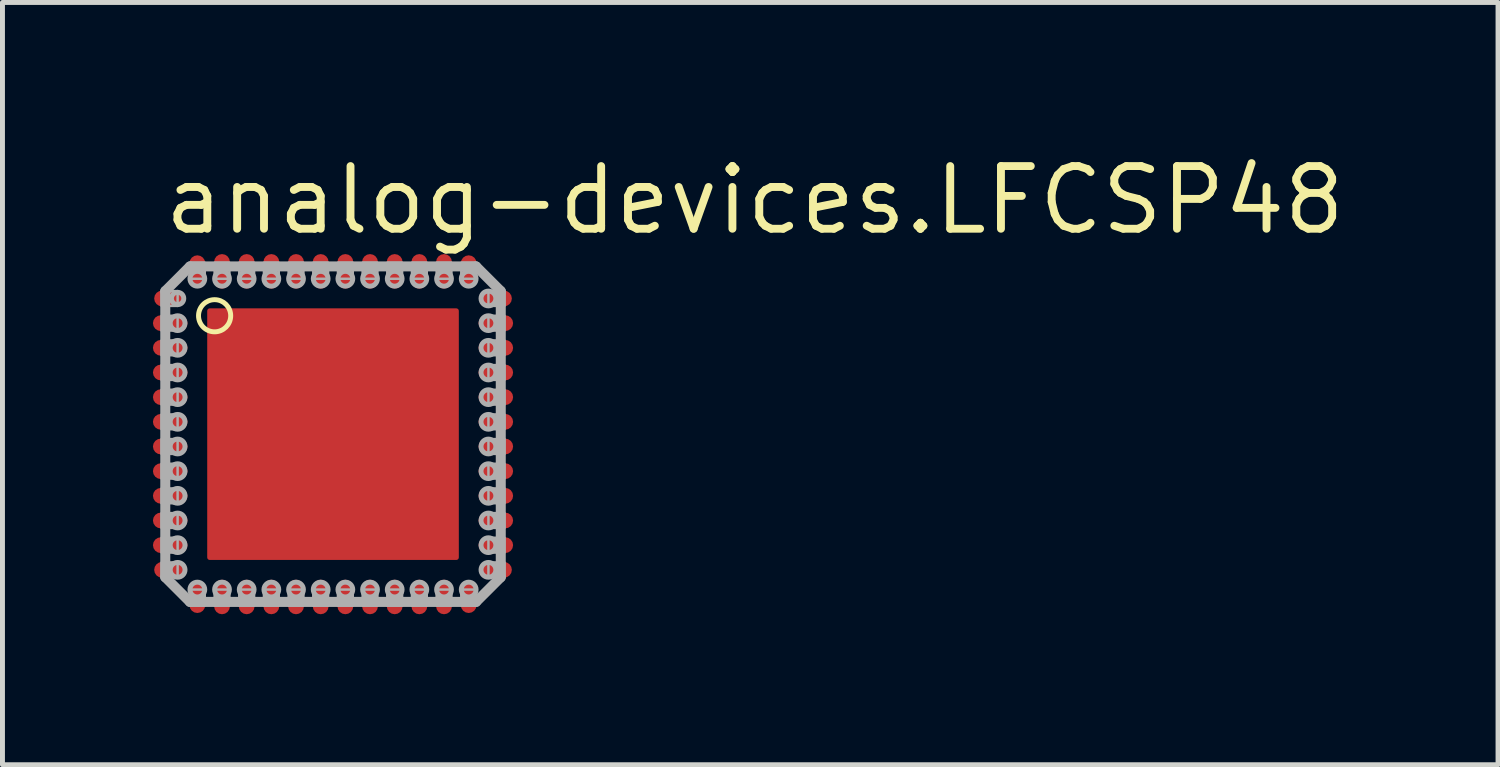
<source format=kicad_pcb>
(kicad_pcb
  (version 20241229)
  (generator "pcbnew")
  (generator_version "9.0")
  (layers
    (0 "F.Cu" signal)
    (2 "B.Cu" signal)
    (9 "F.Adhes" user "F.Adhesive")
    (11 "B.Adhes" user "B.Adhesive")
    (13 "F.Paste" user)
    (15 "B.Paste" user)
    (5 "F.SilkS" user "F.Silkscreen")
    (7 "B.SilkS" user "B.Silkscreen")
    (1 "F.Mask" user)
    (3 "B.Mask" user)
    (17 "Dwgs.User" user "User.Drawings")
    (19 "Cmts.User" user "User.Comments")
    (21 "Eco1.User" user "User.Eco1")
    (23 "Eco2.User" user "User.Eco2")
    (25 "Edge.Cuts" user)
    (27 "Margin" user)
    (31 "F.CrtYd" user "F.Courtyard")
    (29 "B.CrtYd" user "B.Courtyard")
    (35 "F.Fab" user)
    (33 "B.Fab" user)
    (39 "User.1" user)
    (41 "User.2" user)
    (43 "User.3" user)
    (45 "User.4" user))
  (footprint "analog-devices.LFCSP48"
    (layer "F.Cu")
    (at 3.7 5.75)
    (property "Reference" "analog-devices.LFCSP48" (at -3.5 -4 0) (layer "F.SilkS") (effects (font (size 1.27 1.27) (thickness 0.16)) (justify left bottom)))
    (attr smd)
    (fp_line (start -3.5 -2.25) (end -3.1 -2.25) (stroke (width 0.4) (type default)) (layer "F.Mask"))
    (fp_line (start -3.5 -1.75) (end -3.1 -1.75) (stroke (width 0.4) (type default)) (layer "F.Mask"))
    (fp_line (start -3.5 -1.25) (end -3.1 -1.25) (stroke (width 0.4) (type default)) (layer "F.Mask"))
    (fp_line (start -3.5 -0.75) (end -3.1 -0.75) (stroke (width 0.4) (type default)) (layer "F.Mask"))
    (fp_line (start -3.5 -0.25) (end -3.1 -0.25) (stroke (width 0.4) (type default)) (layer "F.Mask"))
    (fp_line (start -3.5 0.25) (end -3.1 0.25) (stroke (width 0.4) (type default)) (layer "F.Mask"))
    (fp_line (start -3.5 0.75) (end -3.1 0.75) (stroke (width 0.4) (type default)) (layer "F.Mask"))
    (fp_line (start -3.5 1.25) (end -3.1 1.25) (stroke (width 0.4) (type default)) (layer "F.Mask"))
    (fp_line (start -3.5 1.75) (end -3.1 1.75) (stroke (width 0.4) (type default)) (layer "F.Mask"))
    (fp_line (start -3.5 2.25) (end -3.1 2.25) (stroke (width 0.4) (type default)) (layer "F.Mask"))
    (fp_line (start -3.475 -2.75) (end -3.175 -2.75) (stroke (width 0.4) (type default)) (layer "F.Mask"))
    (fp_line (start -3.475 2.75) (end -3.175 2.75) (stroke (width 0.4) (type default)) (layer "F.Mask"))
    (fp_line (start -2.75 -3.475) (end -2.75 -3.175) (stroke (width 0.4) (type default)) (layer "F.Mask"))
    (fp_line (start -2.75 3.475) (end -2.75 3.175) (stroke (width 0.4) (type default)) (layer "F.Mask"))
    (fp_line (start -2.25 -3.5) (end -2.25 -3.1) (stroke (width 0.4) (type default)) (layer "F.Mask"))
    (fp_line (start -2.25 3.5) (end -2.25 3.1) (stroke (width 0.4) (type default)) (layer "F.Mask"))
    (fp_line (start -1.75 -3.5) (end -1.75 -3.1) (stroke (width 0.4) (type default)) (layer "F.Mask"))
    (fp_line (start -1.75 3.5) (end -1.75 3.1) (stroke (width 0.4) (type default)) (layer "F.Mask"))
    (fp_line (start -1.25 -3.5) (end -1.25 -3.1) (stroke (width 0.4) (type default)) (layer "F.Mask"))
    (fp_line (start -1.25 3.5) (end -1.25 3.1) (stroke (width 0.4) (type default)) (layer "F.Mask"))
    (fp_line (start -0.75 -3.5) (end -0.75 -3.1) (stroke (width 0.4) (type default)) (layer "F.Mask"))
    (fp_line (start -0.75 3.5) (end -0.75 3.1) (stroke (width 0.4) (type default)) (layer "F.Mask"))
    (fp_line (start -0.25 -3.5) (end -0.25 -3.1) (stroke (width 0.4) (type default)) (layer "F.Mask"))
    (fp_line (start -0.25 3.5) (end -0.25 3.1) (stroke (width 0.4) (type default)) (layer "F.Mask"))
    (fp_line (start 0.25 -3.5) (end 0.25 -3.1) (stroke (width 0.4) (type default)) (layer "F.Mask"))
    (fp_line (start 0.25 3.5) (end 0.25 3.1) (stroke (width 0.4) (type default)) (layer "F.Mask"))
    (fp_line (start 0.75 -3.5) (end 0.75 -3.1) (stroke (width 0.4) (type default)) (layer "F.Mask"))
    (fp_line (start 0.75 3.5) (end 0.75 3.1) (stroke (width 0.4) (type default)) (layer "F.Mask"))
    (fp_line (start 1.25 -3.5) (end 1.25 -3.1) (stroke (width 0.4) (type default)) (layer "F.Mask"))
    (fp_line (start 1.25 3.5) (end 1.25 3.1) (stroke (width 0.4) (type default)) (layer "F.Mask"))
    (fp_line (start 1.75 -3.5) (end 1.75 -3.1) (stroke (width 0.4) (type default)) (layer "F.Mask"))
    (fp_line (start 1.75 3.5) (end 1.75 3.1) (stroke (width 0.4) (type default)) (layer "F.Mask"))
    (fp_line (start 2.25 -3.5) (end 2.25 -3.1) (stroke (width 0.4) (type default)) (layer "F.Mask"))
    (fp_line (start 2.25 3.5) (end 2.25 3.1) (stroke (width 0.4) (type default)) (layer "F.Mask"))
    (fp_line (start 2.75 -3.475) (end 2.75 -3.175) (stroke (width 0.4) (type default)) (layer "F.Mask"))
    (fp_line (start 2.75 3.475) (end 2.75 3.175) (stroke (width 0.4) (type default)) (layer "F.Mask"))
    (fp_line (start 3.475 -2.75) (end 3.175 -2.75) (stroke (width 0.4) (type default)) (layer "F.Mask"))
    (fp_line (start 3.475 2.75) (end 3.175 2.75) (stroke (width 0.4) (type default)) (layer "F.Mask"))
    (fp_line (start 3.5 -2.25) (end 3.1 -2.25) (stroke (width 0.4) (type default)) (layer "F.Mask"))
    (fp_line (start 3.5 -1.75) (end 3.1 -1.75) (stroke (width 0.4) (type default)) (layer "F.Mask"))
    (fp_line (start 3.5 -1.25) (end 3.1 -1.25) (stroke (width 0.4) (type default)) (layer "F.Mask"))
    (fp_line (start 3.5 -0.75) (end 3.1 -0.75) (stroke (width 0.4) (type default)) (layer "F.Mask"))
    (fp_line (start 3.5 -0.25) (end 3.1 -0.25) (stroke (width 0.4) (type default)) (layer "F.Mask"))
    (fp_line (start 3.5 0.25) (end 3.1 0.25) (stroke (width 0.4) (type default)) (layer "F.Mask"))
    (fp_line (start 3.5 0.75) (end 3.1 0.75) (stroke (width 0.4) (type default)) (layer "F.Mask"))
    (fp_line (start 3.5 1.25) (end 3.1 1.25) (stroke (width 0.4) (type default)) (layer "F.Mask"))
    (fp_line (start 3.5 1.75) (end 3.1 1.75) (stroke (width 0.4) (type default)) (layer "F.Mask"))
    (fp_line (start 3.5 2.25) (end 3.1 2.25) (stroke (width 0.4) (type default)) (layer "F.Mask"))
    (fp_rect (start -2.6 2.6) (end 2.6 -2.6) (stroke (width 0.05) (type default)) (fill yes) (layer "F.Mask"))
    (fp_circle (center -2.4 -2.4) (end -2.074 -2.4) (stroke (width 0.1) (type default)) (fill no) (layer "F.SilkS"))
    (fp_line (start -3.5 -2.25) (end -3.1 -2.25) (stroke (width 0.3) (type default)) (layer "F.Paste"))
    (fp_line (start -3.5 -1.75) (end -3.1 -1.75) (stroke (width 0.3) (type default)) (layer "F.Paste"))
    (fp_line (start -3.5 -1.25) (end -3.1 -1.25) (stroke (width 0.3) (type default)) (layer "F.Paste"))
    (fp_line (start -3.5 -0.75) (end -3.1 -0.75) (stroke (width 0.3) (type default)) (layer "F.Paste"))
    (fp_line (start -3.5 -0.25) (end -3.1 -0.25) (stroke (width 0.3) (type default)) (layer "F.Paste"))
    (fp_line (start -3.5 0.25) (end -3.1 0.25) (stroke (width 0.3) (type default)) (layer "F.Paste"))
    (fp_line (start -3.5 0.75) (end -3.1 0.75) (stroke (width 0.3) (type default)) (layer "F.Paste"))
    (fp_line (start -3.5 1.25) (end -3.1 1.25) (stroke (width 0.3) (type default)) (layer "F.Paste"))
    (fp_line (start -3.5 1.75) (end -3.1 1.75) (stroke (width 0.3) (type default)) (layer "F.Paste"))
    (fp_line (start -3.5 2.25) (end -3.1 2.25) (stroke (width 0.3) (type default)) (layer "F.Paste"))
    (fp_line (start -3.475 -2.75) (end -3.175 -2.75) (stroke (width 0.3) (type default)) (layer "F.Paste"))
    (fp_line (start -3.475 2.75) (end -3.175 2.75) (stroke (width 0.3) (type default)) (layer "F.Paste"))
    (fp_line (start -2.75 -3.475) (end -2.75 -3.175) (stroke (width 0.3) (type default)) (layer "F.Paste"))
    (fp_line (start -2.75 3.475) (end -2.75 3.175) (stroke (width 0.3) (type default)) (layer "F.Paste"))
    (fp_line (start -2.25 -3.5) (end -2.25 -3.1) (stroke (width 0.3) (type default)) (layer "F.Paste"))
    (fp_line (start -2.25 3.5) (end -2.25 3.1) (stroke (width 0.3) (type default)) (layer "F.Paste"))
    (fp_line (start -1.75 -3.5) (end -1.75 -3.1) (stroke (width 0.3) (type default)) (layer "F.Paste"))
    (fp_line (start -1.75 3.5) (end -1.75 3.1) (stroke (width 0.3) (type default)) (layer "F.Paste"))
    (fp_line (start -1.25 -3.5) (end -1.25 -3.1) (stroke (width 0.3) (type default)) (layer "F.Paste"))
    (fp_line (start -1.25 3.5) (end -1.25 3.1) (stroke (width 0.3) (type default)) (layer "F.Paste"))
    (fp_line (start -0.75 -3.5) (end -0.75 -3.1) (stroke (width 0.3) (type default)) (layer "F.Paste"))
    (fp_line (start -0.75 3.5) (end -0.75 3.1) (stroke (width 0.3) (type default)) (layer "F.Paste"))
    (fp_line (start -0.25 -3.5) (end -0.25 -3.1) (stroke (width 0.3) (type default)) (layer "F.Paste"))
    (fp_line (start -0.25 3.5) (end -0.25 3.1) (stroke (width 0.3) (type default)) (layer "F.Paste"))
    (fp_line (start 0.25 -3.5) (end 0.25 -3.1) (stroke (width 0.3) (type default)) (layer "F.Paste"))
    (fp_line (start 0.25 3.5) (end 0.25 3.1) (stroke (width 0.3) (type default)) (layer "F.Paste"))
    (fp_line (start 0.75 -3.5) (end 0.75 -3.1) (stroke (width 0.3) (type default)) (layer "F.Paste"))
    (fp_line (start 0.75 3.5) (end 0.75 3.1) (stroke (width 0.3) (type default)) (layer "F.Paste"))
    (fp_line (start 1.25 -3.5) (end 1.25 -3.1) (stroke (width 0.3) (type default)) (layer "F.Paste"))
    (fp_line (start 1.25 3.5) (end 1.25 3.1) (stroke (width 0.3) (type default)) (layer "F.Paste"))
    (fp_line (start 1.75 -3.5) (end 1.75 -3.1) (stroke (width 0.3) (type default)) (layer "F.Paste"))
    (fp_line (start 1.75 3.5) (end 1.75 3.1) (stroke (width 0.3) (type default)) (layer "F.Paste"))
    (fp_line (start 2.25 -3.5) (end 2.25 -3.1) (stroke (width 0.3) (type default)) (layer "F.Paste"))
    (fp_line (start 2.25 3.5) (end 2.25 3.1) (stroke (width 0.3) (type default)) (layer "F.Paste"))
    (fp_line (start 2.75 -3.475) (end 2.75 -3.175) (stroke (width 0.3) (type default)) (layer "F.Paste"))
    (fp_line (start 2.75 3.475) (end 2.75 3.175) (stroke (width 0.3) (type default)) (layer "F.Paste"))
    (fp_line (start 3.475 -2.75) (end 3.175 -2.75) (stroke (width 0.3) (type default)) (layer "F.Paste"))
    (fp_line (start 3.475 2.75) (end 3.175 2.75) (stroke (width 0.3) (type default)) (layer "F.Paste"))
    (fp_line (start 3.5 -2.25) (end 3.1 -2.25) (stroke (width 0.3) (type default)) (layer "F.Paste"))
    (fp_line (start 3.5 -1.75) (end 3.1 -1.75) (stroke (width 0.3) (type default)) (layer "F.Paste"))
    (fp_line (start 3.5 -1.25) (end 3.1 -1.25) (stroke (width 0.3) (type default)) (layer "F.Paste"))
    (fp_line (start 3.5 -0.75) (end 3.1 -0.75) (stroke (width 0.3) (type default)) (layer "F.Paste"))
    (fp_line (start 3.5 -0.25) (end 3.1 -0.25) (stroke (width 0.3) (type default)) (layer "F.Paste"))
    (fp_line (start 3.5 0.25) (end 3.1 0.25) (stroke (width 0.3) (type default)) (layer "F.Paste"))
    (fp_line (start 3.5 0.75) (end 3.1 0.75) (stroke (width 0.3) (type default)) (layer "F.Paste"))
    (fp_line (start 3.5 1.25) (end 3.1 1.25) (stroke (width 0.3) (type default)) (layer "F.Paste"))
    (fp_line (start 3.5 1.75) (end 3.1 1.75) (stroke (width 0.3) (type default)) (layer "F.Paste"))
    (fp_line (start 3.5 2.25) (end 3.1 2.25) (stroke (width 0.3) (type default)) (layer "F.Paste"))
    (fp_rect (start -2.5 2.5) (end 2.5 -2.5) (stroke (width 0.05) (type default)) (fill yes) (layer "F.Paste"))
    (fp_line (start -3.4 -2.9) (end -2.9 -3.4) (stroke (width 0.203) (type default)) (layer "F.Fab"))
    (fp_line (start -3.4 2.9) (end -3.4 -2.9) (stroke (width 0.203) (type default)) (layer "F.Fab"))
    (fp_line (start -2.9 -3.4) (end 2.9 -3.4) (stroke (width 0.203) (type default)) (layer "F.Fab"))
    (fp_line (start -2.9 3.4) (end -3.4 2.9) (stroke (width 0.203) (type default)) (layer "F.Fab"))
    (fp_line (start 2.9 -3.4) (end 3.4 -2.9) (stroke (width 0.203) (type default)) (layer "F.Fab"))
    (fp_line (start 2.9 3.4) (end -2.9 3.4) (stroke (width 0.203) (type default)) (layer "F.Fab"))
    (fp_line (start 3.4 -2.9) (end 3.4 2.9) (stroke (width 0.203) (type default)) (layer "F.Fab"))
    (fp_line (start 3.4 2.9) (end 2.9 3.4) (stroke (width 0.203) (type default)) (layer "F.Fab"))
    (fp_rect (start -3.475 -2.6) (end -3.15 -2.9) (stroke (width 0.05) (type default)) (fill no) (layer "F.Fab"))
    (fp_rect (start -3.475 -2.1) (end -3.15 -2.4) (stroke (width 0.05) (type default)) (fill no) (layer "F.Fab"))
    (fp_rect (start -3.475 -1.6) (end -3.15 -1.9) (stroke (width 0.05) (type default)) (fill no) (layer "F.Fab"))
    (fp_rect (start -3.475 -1.1) (end -3.15 -1.4) (stroke (width 0.05) (type default)) (fill no) (layer "F.Fab"))
    (fp_rect (start -3.475 -0.6) (end -3.15 -0.9) (stroke (width 0.05) (type default)) (fill no) (layer "F.Fab"))
    (fp_rect (start -3.475 -0.1) (end -3.15 -0.4) (stroke (width 0.05) (type default)) (fill no) (layer "F.Fab"))
    (fp_rect (start -3.475 0.4) (end -3.15 0.1) (stroke (width 0.05) (type default)) (fill no) (layer "F.Fab"))
    (fp_rect (start -3.475 0.9) (end -3.15 0.6) (stroke (width 0.05) (type default)) (fill no) (layer "F.Fab"))
    (fp_rect (start -3.475 1.4) (end -3.15 1.1) (stroke (width 0.05) (type default)) (fill no) (layer "F.Fab"))
    (fp_rect (start -3.475 1.9) (end -3.15 1.6) (stroke (width 0.05) (type default)) (fill no) (layer "F.Fab"))
    (fp_rect (start -3.475 2.4) (end -3.15 2.1) (stroke (width 0.05) (type default)) (fill no) (layer "F.Fab"))
    (fp_rect (start -3.475 2.9) (end -3.15 2.6) (stroke (width 0.05) (type default)) (fill no) (layer "F.Fab"))
    (fp_rect (start -2.9 -3.15) (end -2.6 -3.475) (stroke (width 0.05) (type default)) (fill no) (layer "F.Fab"))
    (fp_rect (start -2.9 3.475) (end -2.6 3.15) (stroke (width 0.05) (type default)) (fill no) (layer "F.Fab"))
    (fp_rect (start -2.4 -3.15) (end -2.1 -3.475) (stroke (width 0.05) (type default)) (fill no) (layer "F.Fab"))
    (fp_rect (start -2.4 3.475) (end -2.1 3.15) (stroke (width 0.05) (type default)) (fill no) (layer "F.Fab"))
    (fp_rect (start -1.9 -3.15) (end -1.6 -3.475) (stroke (width 0.05) (type default)) (fill no) (layer "F.Fab"))
    (fp_rect (start -1.9 3.475) (end -1.6 3.15) (stroke (width 0.05) (type default)) (fill no) (layer "F.Fab"))
    (fp_rect (start -1.4 -3.15) (end -1.1 -3.475) (stroke (width 0.05) (type default)) (fill no) (layer "F.Fab"))
    (fp_rect (start -1.4 3.475) (end -1.1 3.15) (stroke (width 0.05) (type default)) (fill no) (layer "F.Fab"))
    (fp_rect (start -0.9 -3.15) (end -0.6 -3.475) (stroke (width 0.05) (type default)) (fill no) (layer "F.Fab"))
    (fp_rect (start -0.9 3.475) (end -0.6 3.15) (stroke (width 0.05) (type default)) (fill no) (layer "F.Fab"))
    (fp_rect (start -0.4 -3.15) (end -0.1 -3.475) (stroke (width 0.05) (type default)) (fill no) (layer "F.Fab"))
    (fp_rect (start -0.4 3.475) (end -0.1 3.15) (stroke (width 0.05) (type default)) (fill no) (layer "F.Fab"))
    (fp_rect (start 0.1 -3.15) (end 0.4 -3.475) (stroke (width 0.05) (type default)) (fill no) (layer "F.Fab"))
    (fp_rect (start 0.1 3.475) (end 0.4 3.15) (stroke (width 0.05) (type default)) (fill no) (layer "F.Fab"))
    (fp_rect (start 0.6 -3.15) (end 0.9 -3.475) (stroke (width 0.05) (type default)) (fill no) (layer "F.Fab"))
    (fp_rect (start 0.6 3.475) (end 0.9 3.15) (stroke (width 0.05) (type default)) (fill no) (layer "F.Fab"))
    (fp_rect (start 1.1 -3.15) (end 1.4 -3.475) (stroke (width 0.05) (type default)) (fill no) (layer "F.Fab"))
    (fp_rect (start 1.1 3.475) (end 1.4 3.15) (stroke (width 0.05) (type default)) (fill no) (layer "F.Fab"))
    (fp_rect (start 1.6 -3.15) (end 1.9 -3.475) (stroke (width 0.05) (type default)) (fill no) (layer "F.Fab"))
    (fp_rect (start 1.6 3.475) (end 1.9 3.15) (stroke (width 0.05) (type default)) (fill no) (layer "F.Fab"))
    (fp_rect (start 2.1 -3.15) (end 2.4 -3.475) (stroke (width 0.05) (type default)) (fill no) (layer "F.Fab"))
    (fp_rect (start 2.1 3.475) (end 2.4 3.15) (stroke (width 0.05) (type default)) (fill no) (layer "F.Fab"))
    (fp_rect (start 2.6 -3.15) (end 2.9 -3.475) (stroke (width 0.05) (type default)) (fill no) (layer "F.Fab"))
    (fp_rect (start 2.6 3.475) (end 2.9 3.15) (stroke (width 0.05) (type default)) (fill no) (layer "F.Fab"))
    (fp_rect (start 3.15 -2.6) (end 3.475 -2.9) (stroke (width 0.05) (type default)) (fill no) (layer "F.Fab"))
    (fp_rect (start 3.15 -2.1) (end 3.475 -2.4) (stroke (width 0.05) (type default)) (fill no) (layer "F.Fab"))
    (fp_rect (start 3.15 -1.6) (end 3.475 -1.9) (stroke (width 0.05) (type default)) (fill no) (layer "F.Fab"))
    (fp_rect (start 3.15 -1.1) (end 3.475 -1.4) (stroke (width 0.05) (type default)) (fill no) (layer "F.Fab"))
    (fp_rect (start 3.15 -0.6) (end 3.475 -0.9) (stroke (width 0.05) (type default)) (fill no) (layer "F.Fab"))
    (fp_rect (start 3.15 -0.1) (end 3.475 -0.4) (stroke (width 0.05) (type default)) (fill no) (layer "F.Fab"))
    (fp_rect (start 3.15 0.4) (end 3.475 0.1) (stroke (width 0.05) (type default)) (fill no) (layer "F.Fab"))
    (fp_rect (start 3.15 0.9) (end 3.475 0.6) (stroke (width 0.05) (type default)) (fill no) (layer "F.Fab"))
    (fp_rect (start 3.15 1.4) (end 3.475 1.1) (stroke (width 0.05) (type default)) (fill no) (layer "F.Fab"))
    (fp_rect (start 3.15 1.9) (end 3.475 1.6) (stroke (width 0.05) (type default)) (fill no) (layer "F.Fab"))
    (fp_rect (start 3.15 2.4) (end 3.475 2.1) (stroke (width 0.05) (type default)) (fill no) (layer "F.Fab"))
    (fp_rect (start 3.15 2.9) (end 3.475 2.6) (stroke (width 0.05) (type default)) (fill no) (layer "F.Fab"))
    (fp_circle (center -3.15 -2.75) (end -3.025 -2.75) (stroke (width 0.1) (type default)) (fill no) (layer "F.Fab"))
    (fp_circle (center -3.15 -2.25) (end -3 -2.25) (stroke (width 0.1) (type default)) (fill no) (layer "F.Fab"))
    (fp_circle (center -3.15 -1.75) (end -3 -1.75) (stroke (width 0.1) (type default)) (fill no) (layer "F.Fab"))
    (fp_circle (center -3.15 -1.25) (end -3 -1.25) (stroke (width 0.1) (type default)) (fill no) (layer "F.Fab"))
    (fp_circle (center -3.15 -0.75) (end -3 -0.75) (stroke (width 0.1) (type default)) (fill no) (layer "F.Fab"))
    (fp_circle (center -3.15 -0.25) (end -3 -0.25) (stroke (width 0.1) (type default)) (fill no) (layer "F.Fab"))
    (fp_circle (center -3.15 0.25) (end -3 0.25) (stroke (width 0.1) (type default)) (fill no) (layer "F.Fab"))
    (fp_circle (center -3.15 0.75) (end -3 0.75) (stroke (width 0.1) (type default)) (fill no) (layer "F.Fab"))
    (fp_circle (center -3.15 1.25) (end -3 1.25) (stroke (width 0.1) (type default)) (fill no) (layer "F.Fab"))
    (fp_circle (center -3.15 1.75) (end -3 1.75) (stroke (width 0.1) (type default)) (fill no) (layer "F.Fab"))
    (fp_circle (center -3.15 2.25) (end -3 2.25) (stroke (width 0.1) (type default)) (fill no) (layer "F.Fab"))
    (fp_circle (center -3.15 2.75) (end -3 2.75) (stroke (width 0.1) (type default)) (fill no) (layer "F.Fab"))
    (fp_circle (center -2.75 -3.15) (end -2.6 -3.15) (stroke (width 0.1) (type default)) (fill no) (layer "F.Fab"))
    (fp_circle (center -2.75 3.15) (end -2.6 3.15) (stroke (width 0.1) (type default)) (fill no) (layer "F.Fab"))
    (fp_circle (center -2.25 -3.15) (end -2.1 -3.15) (stroke (width 0.1) (type default)) (fill no) (layer "F.Fab"))
    (fp_circle (center -2.25 3.15) (end -2.1 3.15) (stroke (width 0.1) (type default)) (fill no) (layer "F.Fab"))
    (fp_circle (center -1.75 -3.15) (end -1.6 -3.15) (stroke (width 0.1) (type default)) (fill no) (layer "F.Fab"))
    (fp_circle (center -1.75 3.15) (end -1.6 3.15) (stroke (width 0.1) (type default)) (fill no) (layer "F.Fab"))
    (fp_circle (center -1.25 -3.15) (end -1.1 -3.15) (stroke (width 0.1) (type default)) (fill no) (layer "F.Fab"))
    (fp_circle (center -1.25 3.15) (end -1.1 3.15) (stroke (width 0.1) (type default)) (fill no) (layer "F.Fab"))
    (fp_circle (center -0.75 -3.15) (end -0.6 -3.15) (stroke (width 0.1) (type default)) (fill no) (layer "F.Fab"))
    (fp_circle (center -0.75 3.15) (end -0.6 3.15) (stroke (width 0.1) (type default)) (fill no) (layer "F.Fab"))
    (fp_circle (center -0.25 -3.15) (end -0.1 -3.15) (stroke (width 0.1) (type default)) (fill no) (layer "F.Fab"))
    (fp_circle (center -0.25 3.15) (end -0.1 3.15) (stroke (width 0.1) (type default)) (fill no) (layer "F.Fab"))
    (fp_circle (center 0.25 -3.15) (end 0.4 -3.15) (stroke (width 0.1) (type default)) (fill no) (layer "F.Fab"))
    (fp_circle (center 0.25 3.15) (end 0.4 3.15) (stroke (width 0.1) (type default)) (fill no) (layer "F.Fab"))
    (fp_circle (center 0.75 -3.15) (end 0.9 -3.15) (stroke (width 0.1) (type default)) (fill no) (layer "F.Fab"))
    (fp_circle (center 0.75 3.15) (end 0.9 3.15) (stroke (width 0.1) (type default)) (fill no) (layer "F.Fab"))
    (fp_circle (center 1.25 -3.15) (end 1.4 -3.15) (stroke (width 0.1) (type default)) (fill no) (layer "F.Fab"))
    (fp_circle (center 1.25 3.15) (end 1.4 3.15) (stroke (width 0.1) (type default)) (fill no) (layer "F.Fab"))
    (fp_circle (center 1.75 -3.15) (end 1.9 -3.15) (stroke (width 0.1) (type default)) (fill no) (layer "F.Fab"))
    (fp_circle (center 1.75 3.15) (end 1.9 3.15) (stroke (width 0.1) (type default)) (fill no) (layer "F.Fab"))
    (fp_circle (center 2.25 -3.15) (end 2.4 -3.15) (stroke (width 0.1) (type default)) (fill no) (layer "F.Fab"))
    (fp_circle (center 2.25 3.15) (end 2.4 3.15) (stroke (width 0.1) (type default)) (fill no) (layer "F.Fab"))
    (fp_circle (center 2.75 -3.15) (end 2.9 -3.15) (stroke (width 0.1) (type default)) (fill no) (layer "F.Fab"))
    (fp_circle (center 2.75 3.15) (end 2.9 3.15) (stroke (width 0.1) (type default)) (fill no) (layer "F.Fab"))
    (fp_circle (center 3.15 -2.75) (end 3.3 -2.75) (stroke (width 0.1) (type default)) (fill no) (layer "F.Fab"))
    (fp_circle (center 3.15 -2.25) (end 3.3 -2.25) (stroke (width 0.1) (type default)) (fill no) (layer "F.Fab"))
    (fp_circle (center 3.15 -1.75) (end 3.3 -1.75) (stroke (width 0.1) (type default)) (fill no) (layer "F.Fab"))
    (fp_circle (center 3.15 -1.25) (end 3.3 -1.25) (stroke (width 0.1) (type default)) (fill no) (layer "F.Fab"))
    (fp_circle (center 3.15 -0.75) (end 3.3 -0.75) (stroke (width 0.1) (type default)) (fill no) (layer "F.Fab"))
    (fp_circle (center 3.15 -0.25) (end 3.3 -0.25) (stroke (width 0.1) (type default)) (fill no) (layer "F.Fab"))
    (fp_circle (center 3.15 0.25) (end 3.3 0.25) (stroke (width 0.1) (type default)) (fill no) (layer "F.Fab"))
    (fp_circle (center 3.15 0.75) (end 3.3 0.75) (stroke (width 0.1) (type default)) (fill no) (layer "F.Fab"))
    (fp_circle (center 3.15 1.25) (end 3.3 1.25) (stroke (width 0.1) (type default)) (fill no) (layer "F.Fab"))
    (fp_circle (center 3.15 1.75) (end 3.3 1.75) (stroke (width 0.1) (type default)) (fill no) (layer "F.Fab"))
    (fp_circle (center 3.15 2.25) (end 3.3 2.25) (stroke (width 0.1) (type default)) (fill no) (layer "F.Fab"))
    (fp_circle (center 3.15 2.75) (end 3.3 2.75) (stroke (width 0.1) (type default)) (fill no) (layer "F.Fab"))
    (pad "1" smd roundrect (at -3.325 -2.75) (size 0.6 0.32) (layers "F.Cu" "F.Mask" "F.Paste") (roundrect_rratio 0.5))
    (pad "2" smd roundrect (at -3.3 -2.25) (size 0.7 0.32) (layers "F.Cu" "F.Mask" "F.Paste") (roundrect_rratio 0.5))
    (pad "3" smd roundrect (at -3.3 -1.75) (size 0.7 0.32) (layers "F.Cu" "F.Mask" "F.Paste") (roundrect_rratio 0.5))
    (pad "4" smd roundrect (at -3.3 -1.25) (size 0.7 0.32) (layers "F.Cu" "F.Mask" "F.Paste") (roundrect_rratio 0.5))
    (pad "5" smd roundrect (at -3.3 -0.75) (size 0.7 0.32) (layers "F.Cu" "F.Mask" "F.Paste") (roundrect_rratio 0.5))
    (pad "6" smd roundrect (at -3.3 -0.25) (size 0.7 0.32) (layers "F.Cu" "F.Mask" "F.Paste") (roundrect_rratio 0.5))
    (pad "7" smd roundrect (at -3.3 0.25) (size 0.7 0.32) (layers "F.Cu" "F.Mask" "F.Paste") (roundrect_rratio 0.5))
    (pad "8" smd roundrect (at -3.3 0.75) (size 0.7 0.32) (layers "F.Cu" "F.Mask" "F.Paste") (roundrect_rratio 0.5))
    (pad "9" smd roundrect (at -3.3 1.25) (size 0.7 0.32) (layers "F.Cu" "F.Mask" "F.Paste") (roundrect_rratio 0.5))
    (pad "10" smd roundrect (at -3.3 1.75) (size 0.7 0.32) (layers "F.Cu" "F.Mask" "F.Paste") (roundrect_rratio 0.5))
    (pad "11" smd roundrect (at -3.3 2.25) (size 0.7 0.32) (layers "F.Cu" "F.Mask" "F.Paste") (roundrect_rratio 0.5))
    (pad "12" smd roundrect (at -3.325 2.75) (size 0.6 0.32) (layers "F.Cu" "F.Mask" "F.Paste") (roundrect_rratio 0.5))
    (pad "13" smd roundrect (at -2.75 3.325 90) (size 0.6 0.32) (layers "F.Cu" "F.Mask" "F.Paste") (roundrect_rratio 0.5))
    (pad "14" smd roundrect (at -2.25 3.3 90) (size 0.7 0.32) (layers "F.Cu" "F.Mask" "F.Paste") (roundrect_rratio 0.5))
    (pad "15" smd roundrect (at -1.75 3.3 90) (size 0.7 0.32) (layers "F.Cu" "F.Mask" "F.Paste") (roundrect_rratio 0.5))
    (pad "16" smd roundrect (at -1.25 3.3 90) (size 0.7 0.32) (layers "F.Cu" "F.Mask" "F.Paste") (roundrect_rratio 0.5))
    (pad "17" smd roundrect (at -0.75 3.3 90) (size 0.7 0.32) (layers "F.Cu" "F.Mask" "F.Paste") (roundrect_rratio 0.5))
    (pad "18" smd roundrect (at -0.25 3.3 90) (size 0.7 0.32) (layers "F.Cu" "F.Mask" "F.Paste") (roundrect_rratio 0.5))
    (pad "19" smd roundrect (at 0.25 3.3 90) (size 0.7 0.32) (layers "F.Cu" "F.Mask" "F.Paste") (roundrect_rratio 0.5))
    (pad "20" smd roundrect (at 0.75 3.3 90) (size 0.7 0.32) (layers "F.Cu" "F.Mask" "F.Paste") (roundrect_rratio 0.5))
    (pad "21" smd roundrect (at 1.25 3.3 90) (size 0.7 0.32) (layers "F.Cu" "F.Mask" "F.Paste") (roundrect_rratio 0.5))
    (pad "22" smd roundrect (at 1.75 3.3 90) (size 0.7 0.32) (layers "F.Cu" "F.Mask" "F.Paste") (roundrect_rratio 0.5))
    (pad "23" smd roundrect (at 2.25 3.3 90) (size 0.7 0.32) (layers "F.Cu" "F.Mask" "F.Paste") (roundrect_rratio 0.5))
    (pad "24" smd roundrect (at 2.75 3.325 90) (size 0.6 0.32) (layers "F.Cu" "F.Mask" "F.Paste") (roundrect_rratio 0.5))
    (pad "25" smd roundrect (at 3.325 2.75 180) (size 0.6 0.32) (layers "F.Cu" "F.Mask" "F.Paste") (roundrect_rratio 0.5))
    (pad "26" smd roundrect (at 3.3 2.25 180) (size 0.7 0.32) (layers "F.Cu" "F.Mask" "F.Paste") (roundrect_rratio 0.5))
    (pad "27" smd roundrect (at 3.3 1.75 180) (size 0.7 0.32) (layers "F.Cu" "F.Mask" "F.Paste") (roundrect_rratio 0.5))
    (pad "28" smd roundrect (at 3.3 1.25 180) (size 0.7 0.32) (layers "F.Cu" "F.Mask" "F.Paste") (roundrect_rratio 0.5))
    (pad "29" smd roundrect (at 3.3 0.75 180) (size 0.7 0.32) (layers "F.Cu" "F.Mask" "F.Paste") (roundrect_rratio 0.5))
    (pad "30" smd roundrect (at 3.3 0.25 180) (size 0.7 0.32) (layers "F.Cu" "F.Mask" "F.Paste") (roundrect_rratio 0.5))
    (pad "31" smd roundrect (at 3.3 -0.25 180) (size 0.7 0.32) (layers "F.Cu" "F.Mask" "F.Paste") (roundrect_rratio 0.5))
    (pad "32" smd roundrect (at 3.3 -0.75 180) (size 0.7 0.32) (layers "F.Cu" "F.Mask" "F.Paste") (roundrect_rratio 0.5))
    (pad "33" smd roundrect (at 3.3 -1.25 180) (size 0.7 0.32) (layers "F.Cu" "F.Mask" "F.Paste") (roundrect_rratio 0.5))
    (pad "34" smd roundrect (at 3.3 -1.75 180) (size 0.7 0.32) (layers "F.Cu" "F.Mask" "F.Paste") (roundrect_rratio 0.5))
    (pad "35" smd roundrect (at 3.3 -2.25 180) (size 0.7 0.32) (layers "F.Cu" "F.Mask" "F.Paste") (roundrect_rratio 0.5))
    (pad "36" smd roundrect (at 3.325 -2.75 180) (size 0.6 0.32) (layers "F.Cu" "F.Mask" "F.Paste") (roundrect_rratio 0.5))
    (pad "37" smd roundrect (at 2.75 -3.325 270) (size 0.6 0.32) (layers "F.Cu" "F.Mask" "F.Paste") (roundrect_rratio 0.5))
    (pad "38" smd roundrect (at 2.25 -3.3 270) (size 0.7 0.32) (layers "F.Cu" "F.Mask" "F.Paste") (roundrect_rratio 0.5))
    (pad "39" smd roundrect (at 1.75 -3.3 270) (size 0.7 0.32) (layers "F.Cu" "F.Mask" "F.Paste") (roundrect_rratio 0.5))
    (pad "40" smd roundrect (at 1.25 -3.3 270) (size 0.7 0.32) (layers "F.Cu" "F.Mask" "F.Paste") (roundrect_rratio 0.5))
    (pad "41" smd roundrect (at 0.75 -3.3 270) (size 0.7 0.32) (layers "F.Cu" "F.Mask" "F.Paste") (roundrect_rratio 0.5))
    (pad "42" smd roundrect (at 0.25 -3.3 270) (size 0.7 0.32) (layers "F.Cu" "F.Mask" "F.Paste") (roundrect_rratio 0.5))
    (pad "43" smd roundrect (at -0.25 -3.3 270) (size 0.7 0.32) (layers "F.Cu" "F.Mask" "F.Paste") (roundrect_rratio 0.5))
    (pad "44" smd roundrect (at -0.75 -3.3 270) (size 0.7 0.32) (layers "F.Cu" "F.Mask" "F.Paste") (roundrect_rratio 0.5))
    (pad "45" smd roundrect (at -1.25 -3.3 270) (size 0.7 0.32) (layers "F.Cu" "F.Mask" "F.Paste") (roundrect_rratio 0.5))
    (pad "46" smd roundrect (at -1.75 -3.3 270) (size 0.7 0.32) (layers "F.Cu" "F.Mask" "F.Paste") (roundrect_rratio 0.5))
    (pad "47" smd roundrect (at -2.25 -3.3 270) (size 0.7 0.32) (layers "F.Cu" "F.Mask" "F.Paste") (roundrect_rratio 0.5))
    (pad "48" smd roundrect (at -2.75 -3.325 270) (size 0.6 0.32) (layers "F.Cu" "F.Mask" "F.Paste") (roundrect_rratio 0.5))
    (pad "EXP" smd roundrect (at 0 0) (size 5.1 5.1) (layers "F.Cu" "F.Mask" "F.Paste") (roundrect_rratio 0.01)))
  (gr_rect
    (start -3 -3)
    (end 27.314 12.45)
    (stroke (width 0.1) (type default))
    (fill no)
    (layer "Edge.Cuts")))
</source>
